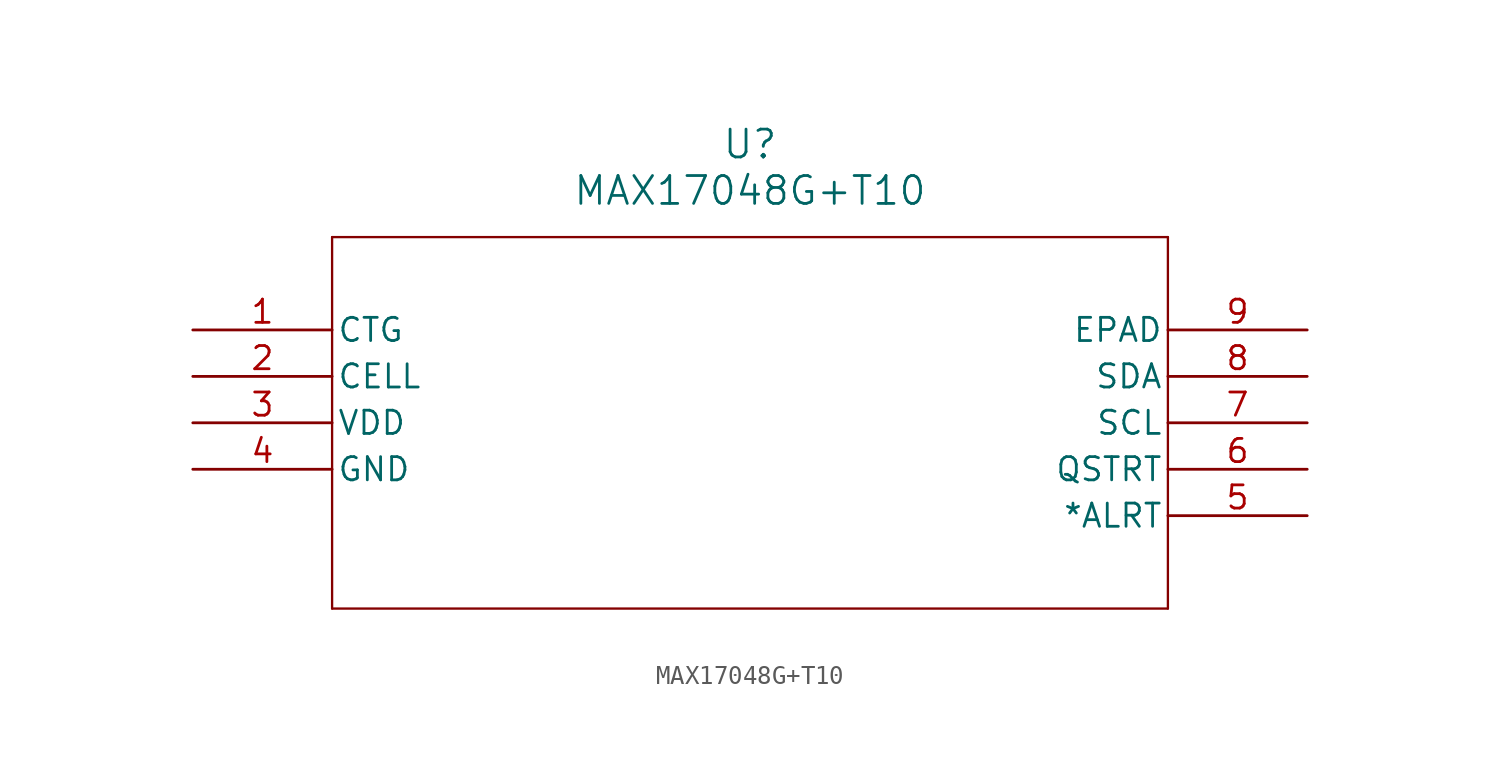
<source format=kicad_sym>
(kicad_symbol_lib
  (version 20211014)
  (generator kicad_symbol_editor)
  (symbol "MAX17048G+T10"
    (pin_names
      (offset 0.254))
    (property "Reference" "U"
      (at 30.48 10.16 0)
      (effects (font (size 1.524 1.524))))
    (property "Value" "MAX17048G+T10"
      (at 30.48 7.62 0)
      (effects (font (size 1.524 1.524))))
    (polyline
      (pts (xy 7.62 5.08) (xy 7.62 -15.24))
      (stroke (width 0.127) (type default) (color 0 0 0 0))
      (fill (type none)))
    (polyline
      (pts (xy 7.62 -15.24) (xy 53.34 -15.24))
      (stroke (width 0.127) (type default) (color 0 0 0 0))
      (fill (type none)))
    (polyline
      (pts (xy 53.34 -15.24) (xy 53.34 5.08))
      (stroke (width 0.127) (type default) (color 0 0 0 0))
      (fill (type none)))
    (polyline
      (pts (xy 53.34 5.08) (xy 7.62 5.08))
      (stroke (width 0.127) (type default) (color 0 0 0 0))
      (fill (type none)))
    (pin unspecified line
      (at 0 0 0)
      (length 7.62)
      (name "CTG" (effects (font (size 1.27 1.27))))
      (number "1" (effects (font (size 1.27 1.27)))))
    (pin unspecified line
      (at 0 -2.54 0)
      (length 7.62)
      (name "CELL" (effects (font (size 1.27 1.27))))
      (number "2" (effects (font (size 1.27 1.27)))))
    (pin power_in line
      (at 0 -5.08 0)
      (length 7.62)
      (name "VDD" (effects (font (size 1.27 1.27))))
      (number "3" (effects (font (size 1.27 1.27)))))
    (pin power_in line
      (at 0 -7.62 0)
      (length 7.62)
      (name "GND" (effects (font (size 1.27 1.27))))
      (number "4" (effects (font (size 1.27 1.27)))))
    (pin output line
      (at 60.96 -10.16 180)
      (length 7.62)
      (name "*ALRT" (effects (font (size 1.27 1.27))))
      (number "5" (effects (font (size 1.27 1.27)))))
    (pin input line
      (at 60.96 -7.62 180)
      (length 7.62)
      (name "QSTRT" (effects (font (size 1.27 1.27))))
      (number "6" (effects (font (size 1.27 1.27)))))
    (pin input line
      (at 60.96 -5.08 180)
      (length 7.62)
      (name "SCL" (effects (font (size 1.27 1.27))))
      (number "7" (effects (font (size 1.27 1.27)))))
    (pin bidirectional line
      (at 60.96 -2.54 180)
      (length 7.62)
      (name "SDA" (effects (font (size 1.27 1.27))))
      (number "8" (effects (font (size 1.27 1.27)))))
    (pin unspecified line
      (at 60.96 0 180)
      (length 7.62)
      (name "EPAD" (effects (font (size 1.27 1.27))))
      (number "9" (effects (font (size 1.27 1.27)))))))
</source>
